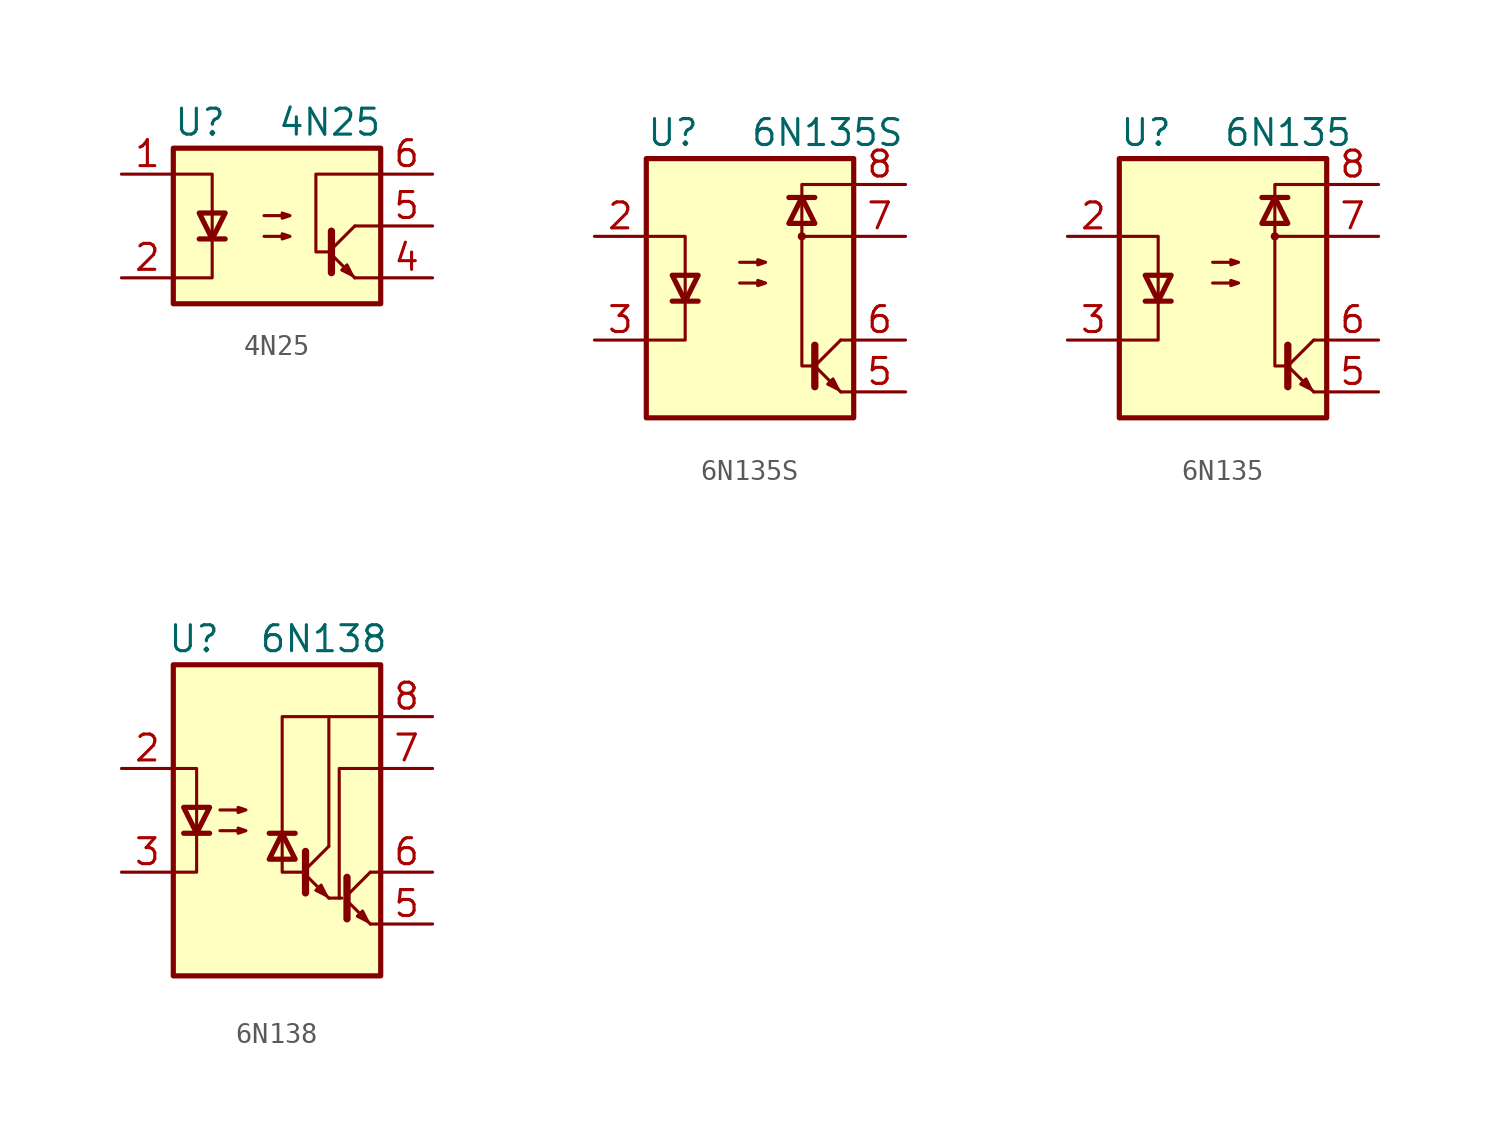
<source format=kicad_sym>
(kicad_symbol_lib
  (version 20201005)
  (generator kicad_symbol_editor)
  (symbol "Isolator_Optocoupler:4N25"
    (property "Reference" "U"
      (at -5.08 5.08 0)
      (effects (font (size 1.27 1.27)) (justify left)))
    (property "Value" "4N25"
      (at 0 5.08 0)
      (effects (font (size 1.27 1.27)) (justify left)))
    (symbol "4N25_0_1"
      (rectangle (start -5.08 3.81) (end 5.08 -3.81) (stroke (width 0.254)) (fill (type background)))
      (polyline (pts (xy -3.81 -0.635) (xy -2.54 -0.635)) (stroke (width 0.254)) (fill (type none)))
      (polyline (pts (xy 2.667 -1.397) (xy 3.81 -2.54)) (stroke (width 0)) (fill (type none)))
      (polyline (pts (xy 2.667 -1.143) (xy 3.81 0)) (stroke (width 0)) (fill (type none)))
      (polyline (pts (xy 3.81 -2.54) (xy 5.08 -2.54)) (stroke (width 0)) (fill (type none)))
      (polyline (pts (xy 3.81 0) (xy 5.08 0)) (stroke (width 0)) (fill (type none)))
      (polyline (pts (xy 2.667 -0.254) (xy 2.667 -2.286) (xy 2.667 -2.286)) (stroke (width 0.356)) (fill (type none)))
      (polyline (pts (xy -5.08 -2.54) (xy -3.175 -2.54) (xy -3.175 2.54) (xy -5.08 2.54)) (stroke (width 0)) (fill (type none)))
      (polyline (pts (xy -3.175 -0.635) (xy -3.81 0.635) (xy -2.54 0.635) (xy -3.175 -0.635)) (stroke (width 0.254)) (fill (type none)))
      (polyline (pts (xy 3.683 -2.413) (xy 3.429 -1.905) (xy 3.175 -2.159) (xy 3.683 -2.413)) (stroke (width 0)) (fill (type none)))
      (polyline (pts (xy 5.08 2.54) (xy 1.905 2.54) (xy 1.905 -1.27) (xy 2.54 -1.27)) (stroke (width 0)) (fill (type none)))
      (polyline (pts (xy -0.635 -0.508) (xy 0.635 -0.508) (xy 0.254 -0.635) (xy 0.254 -0.381) (xy 0.635 -0.508)) (stroke (width 0)) (fill (type none)))
      (polyline (pts (xy -0.635 0.508) (xy 0.635 0.508) (xy 0.254 0.381) (xy 0.254 0.635) (xy 0.635 0.508)) (stroke (width 0)) (fill (type none))))
    (symbol "4N25_1_1"
      (pin passive line (at -7.62 2.54 0) (length 2.54) (name "~" (effects (font (size 1.27 1.27)))) (number "1" (effects (font (size 1.27 1.27)))))
      (pin passive line (at -7.62 -2.54 0) (length 2.54) (name "~" (effects (font (size 1.27 1.27)))) (number "2" (effects (font (size 1.27 1.27)))))
      (pin no_connect line (at -5.08 0 0) (length 2.54) hide (name "NC" (effects (font (size 1.27 1.27)))) (number "3" (effects (font (size 1.27 1.27)))))
      (pin passive line (at 7.62 -2.54 180) (length 2.54) (name "~" (effects (font (size 1.27 1.27)))) (number "4" (effects (font (size 1.27 1.27)))))
      (pin passive line (at 7.62 0 180) (length 2.54) (name "~" (effects (font (size 1.27 1.27)))) (number "5" (effects (font (size 1.27 1.27)))))
      (pin passive line (at 7.62 2.54 180) (length 2.54) (name "~" (effects (font (size 1.27 1.27)))) (number "6" (effects (font (size 1.27 1.27)))))))
  (symbol "Isolator_Optocoupler:6N135S"
    (property "Reference" "U"
      (at -5.08 7.62 0)
      (effects (font (size 1.27 1.27)) (justify left)))
    (property "Value" "6N135S"
      (at 0 7.62 0)
      (effects (font (size 1.27 1.27)) (justify left)))
    (symbol "6N135S_0_1"
      (circle (center 2.54 2.54) (radius 0.127) (stroke (width 0)) (fill (type none)))
      (rectangle (start -5.08 6.35) (end 5.08 -6.35) (stroke (width 0.254)) (fill (type background)))
      (polyline (pts (xy -3.81 -0.635) (xy -2.54 -0.635)) (stroke (width 0.254)) (fill (type none)))
      (polyline (pts (xy 1.905 4.445) (xy 3.175 4.445)) (stroke (width 0.254)) (fill (type none)))
      (polyline (pts (xy 3.175 -2.794) (xy 3.175 -4.826)) (stroke (width 0.356)) (fill (type none)))
      (polyline (pts (xy 3.302 -3.937) (xy 4.445 -5.08)) (stroke (width 0)) (fill (type none)))
      (polyline (pts (xy 3.302 -3.683) (xy 4.445 -2.54)) (stroke (width 0)) (fill (type none)))
      (polyline (pts (xy 5.08 -5.08) (xy 4.445 -5.08)) (stroke (width 0)) (fill (type none)))
      (polyline (pts (xy 5.08 -2.54) (xy 4.445 -2.54)) (stroke (width 0)) (fill (type none)))
      (polyline (pts (xy 5.08 2.54) (xy 2.54 2.54)) (stroke (width 0)) (fill (type none)))
      (polyline (pts (xy -5.08 2.54) (xy -3.175 2.54) (xy -3.175 -2.54) (xy -5.08 -2.54)) (stroke (width 0)) (fill (type none)))
      (polyline (pts (xy -3.175 -0.635) (xy -3.81 0.635) (xy -2.54 0.635) (xy -3.175 -0.635)) (stroke (width 0.254)) (fill (type none)))
      (polyline (pts (xy 2.54 4.445) (xy 1.905 3.175) (xy 3.175 3.175) (xy 2.54 4.445)) (stroke (width 0.254)) (fill (type none)))
      (polyline (pts (xy 4.318 -4.953) (xy 4.064 -4.445) (xy 3.81 -4.699) (xy 4.318 -4.953)) (stroke (width 0)) (fill (type none)))
      (polyline (pts (xy 5.08 5.08) (xy 2.54 5.08) (xy 2.54 -3.81) (xy 3.175 -3.81)) (stroke (width 0)) (fill (type none)))
      (polyline (pts (xy -0.508 0.254) (xy 0.762 0.254) (xy 0.381 0.127) (xy 0.381 0.381) (xy 0.762 0.254)) (stroke (width 0)) (fill (type none)))
      (polyline (pts (xy -0.508 1.27) (xy 0.762 1.27) (xy 0.381 1.143) (xy 0.381 1.397) (xy 0.762 1.27)) (stroke (width 0)) (fill (type none))))
    (symbol "6N135S_1_1"
      (pin no_connect line (at -5.08 5.08 0) (length 2.54) hide (name "NC" (effects (font (size 1.27 1.27)))) (number "1" (effects (font (size 1.27 1.27)))))
      (pin passive line (at -7.62 2.54 0) (length 2.54) (name "~" (effects (font (size 1.27 1.27)))) (number "2" (effects (font (size 1.27 1.27)))))
      (pin passive line (at -7.62 -2.54 0) (length 2.54) (name "~" (effects (font (size 1.27 1.27)))) (number "3" (effects (font (size 1.27 1.27)))))
      (pin no_connect line (at -5.08 -5.08 0) (length 2.54) hide (name "NC" (effects (font (size 1.27 1.27)))) (number "4" (effects (font (size 1.27 1.27)))))
      (pin passive line (at 7.62 -5.08 180) (length 2.54) (name "~" (effects (font (size 1.27 1.27)))) (number "5" (effects (font (size 1.27 1.27)))))
      (pin passive line (at 7.62 -2.54 180) (length 2.54) (name "~" (effects (font (size 1.27 1.27)))) (number "6" (effects (font (size 1.27 1.27)))))
      (pin passive line (at 7.62 2.54 180) (length 2.54) (name "~" (effects (font (size 1.27 1.27)))) (number "7" (effects (font (size 1.27 1.27)))))
      (pin passive line (at 7.62 5.08 180) (length 2.54) (name "~" (effects (font (size 1.27 1.27)))) (number "8" (effects (font (size 1.27 1.27)))))))
  (symbol "Isolator_Optocoupler:6N135"
    (property "Reference" "U"
      (at -5.08 7.62 0)
      (effects (font (size 1.27 1.27)) (justify left)))
    (property "Value" "6N135"
      (at 0 7.62 0)
      (effects (font (size 1.27 1.27)) (justify left)))
    (symbol "6N135_0_1"
      (circle (center 2.54 2.54) (radius 0.127) (stroke (width 0)) (fill (type none)))
      (rectangle (start -5.08 6.35) (end 5.08 -6.35) (stroke (width 0.254)) (fill (type background)))
      (polyline (pts (xy -3.81 -0.635) (xy -2.54 -0.635)) (stroke (width 0.254)) (fill (type none)))
      (polyline (pts (xy 1.905 4.445) (xy 3.175 4.445)) (stroke (width 0.254)) (fill (type none)))
      (polyline (pts (xy 3.175 -2.794) (xy 3.175 -4.826)) (stroke (width 0.356)) (fill (type none)))
      (polyline (pts (xy 3.302 -3.937) (xy 4.445 -5.08)) (stroke (width 0)) (fill (type none)))
      (polyline (pts (xy 3.302 -3.683) (xy 4.445 -2.54)) (stroke (width 0)) (fill (type none)))
      (polyline (pts (xy 5.08 -5.08) (xy 4.445 -5.08)) (stroke (width 0)) (fill (type none)))
      (polyline (pts (xy 5.08 -2.54) (xy 4.445 -2.54)) (stroke (width 0)) (fill (type none)))
      (polyline (pts (xy 5.08 2.54) (xy 2.54 2.54)) (stroke (width 0)) (fill (type none)))
      (polyline (pts (xy -5.08 2.54) (xy -3.175 2.54) (xy -3.175 -2.54) (xy -5.08 -2.54)) (stroke (width 0)) (fill (type none)))
      (polyline (pts (xy -3.175 -0.635) (xy -3.81 0.635) (xy -2.54 0.635) (xy -3.175 -0.635)) (stroke (width 0.254)) (fill (type none)))
      (polyline (pts (xy 2.54 4.445) (xy 1.905 3.175) (xy 3.175 3.175) (xy 2.54 4.445)) (stroke (width 0.254)) (fill (type none)))
      (polyline (pts (xy 4.318 -4.953) (xy 4.064 -4.445) (xy 3.81 -4.699) (xy 4.318 -4.953)) (stroke (width 0)) (fill (type none)))
      (polyline (pts (xy 5.08 5.08) (xy 2.54 5.08) (xy 2.54 -3.81) (xy 3.175 -3.81)) (stroke (width 0)) (fill (type none)))
      (polyline (pts (xy -0.508 0.254) (xy 0.762 0.254) (xy 0.381 0.127) (xy 0.381 0.381) (xy 0.762 0.254)) (stroke (width 0)) (fill (type none)))
      (polyline (pts (xy -0.508 1.27) (xy 0.762 1.27) (xy 0.381 1.143) (xy 0.381 1.397) (xy 0.762 1.27)) (stroke (width 0)) (fill (type none))))
    (symbol "6N135_1_1"
      (pin no_connect line (at -5.08 5.08 0) (length 2.54) hide (name "NC" (effects (font (size 1.27 1.27)))) (number "1" (effects (font (size 1.27 1.27)))))
      (pin passive line (at -7.62 2.54 0) (length 2.54) (name "~" (effects (font (size 1.27 1.27)))) (number "2" (effects (font (size 1.27 1.27)))))
      (pin passive line (at -7.62 -2.54 0) (length 2.54) (name "~" (effects (font (size 1.27 1.27)))) (number "3" (effects (font (size 1.27 1.27)))))
      (pin no_connect line (at -5.08 -5.08 0) (length 2.54) hide (name "NC" (effects (font (size 1.27 1.27)))) (number "4" (effects (font (size 1.27 1.27)))))
      (pin passive line (at 7.62 -5.08 180) (length 2.54) (name "~" (effects (font (size 1.27 1.27)))) (number "5" (effects (font (size 1.27 1.27)))))
      (pin passive line (at 7.62 -2.54 180) (length 2.54) (name "~" (effects (font (size 1.27 1.27)))) (number "6" (effects (font (size 1.27 1.27)))))
      (pin passive line (at 7.62 2.54 180) (length 2.54) (name "~" (effects (font (size 1.27 1.27)))) (number "7" (effects (font (size 1.27 1.27)))))
      (pin passive line (at 7.62 5.08 180) (length 2.54) (name "~" (effects (font (size 1.27 1.27)))) (number "8" (effects (font (size 1.27 1.27)))))))
  (symbol "Isolator_Optocoupler:6N138"
    (pin_names hide)
    (property "Reference" "U"
      (at -4.064 8.89 0)
      (effects (font (size 1.27 1.27))))
    (property "Value" "6N138"
      (at 2.286 8.89 0)
      (effects (font (size 1.27 1.27))))
    (symbol "6N138_0_1"
      (rectangle (start -5.08 7.62) (end 5.08 -7.62) (stroke (width 0.254)) (fill (type background)))
      (polyline (pts (xy -4.572 -0.635) (xy -3.302 -0.635)) (stroke (width 0.254)) (fill (type none)))
      (polyline (pts (xy 0.889 -0.635) (xy -0.381 -0.635)) (stroke (width 0.254)) (fill (type none)))
      (polyline (pts (xy 1.397 -2.667) (xy 2.54 -3.81)) (stroke (width 0)) (fill (type none)))
      (polyline (pts (xy 1.397 -2.413) (xy 2.54 -1.27)) (stroke (width 0)) (fill (type none)))
      (polyline (pts (xy 2.54 -3.81) (xy 3.175 -3.81)) (stroke (width 0)) (fill (type none)))
      (polyline (pts (xy 3.429 -3.937) (xy 4.572 -5.08)) (stroke (width 0)) (fill (type none)))
      (polyline (pts (xy 3.429 -3.683) (xy 4.572 -2.54)) (stroke (width 0)) (fill (type none)))
      (polyline (pts (xy 4.572 -5.08) (xy 5.08 -5.08)) (stroke (width 0)) (fill (type none)))
      (polyline (pts (xy 4.572 -2.54) (xy 5.08 -2.54)) (stroke (width 0)) (fill (type none)))
      (polyline (pts (xy 1.397 -1.524) (xy 1.397 -3.556) (xy 1.397 -3.556)) (stroke (width 0.356)) (fill (type none)))
      (polyline (pts (xy 2.54 -1.27) (xy 2.54 5.08) (xy 5.08 5.08)) (stroke (width 0)) (fill (type none)))
      (polyline (pts (xy 3.429 -2.794) (xy 3.429 -4.826) (xy 3.429 -4.826)) (stroke (width 0.356)) (fill (type none)))
      (polyline (pts (xy 5.08 2.54) (xy 3.048 2.54) (xy 3.048 -3.81)) (stroke (width 0)) (fill (type none)))
      (polyline (pts (xy -5.08 -2.54) (xy -3.937 -2.54) (xy -3.937 2.54) (xy -5.08 2.54)) (stroke (width 0)) (fill (type none)))
      (polyline (pts (xy -3.937 -0.635) (xy -4.572 0.635) (xy -3.302 0.635) (xy -3.937 -0.635)) (stroke (width 0.254)) (fill (type none)))
      (polyline (pts (xy 0.254 -0.635) (xy 0.889 -1.905) (xy -0.381 -1.905) (xy 0.254 -0.635)) (stroke (width 0.254)) (fill (type none)))
      (polyline (pts (xy 1.27 -2.54) (xy 0.254 -2.54) (xy 0.254 5.08) (xy 2.54 5.08)) (stroke (width 0)) (fill (type none)))
      (polyline (pts (xy 2.413 -3.683) (xy 2.159 -3.175) (xy 1.905 -3.429) (xy 2.413 -3.683)) (stroke (width 0)) (fill (type none)))
      (polyline (pts (xy 4.445 -4.953) (xy 4.191 -4.445) (xy 3.937 -4.699) (xy 4.445 -4.953)) (stroke (width 0)) (fill (type none)))
      (polyline (pts (xy -2.794 -0.508) (xy -1.524 -0.508) (xy -1.905 -0.635) (xy -1.905 -0.381) (xy -1.524 -0.508)) (stroke (width 0)) (fill (type none)))
      (polyline (pts (xy -2.794 0.508) (xy -1.524 0.508) (xy -1.905 0.381) (xy -1.905 0.635) (xy -1.524 0.508)) (stroke (width 0)) (fill (type none))))
    (symbol "6N138_1_1"
      (pin no_connect line (at -5.08 5.08 0) (length 2.54) hide (name "NC" (effects (font (size 1.27 1.27)))) (number "1" (effects (font (size 1.27 1.27)))))
      (pin passive line (at -7.62 2.54 0) (length 2.54) (name "C1" (effects (font (size 1.27 1.27)))) (number "2" (effects (font (size 1.27 1.27)))))
      (pin passive line (at -7.62 -2.54 0) (length 2.54) (name "C2" (effects (font (size 1.27 1.27)))) (number "3" (effects (font (size 1.27 1.27)))))
      (pin no_connect line (at -5.08 -5.08 0) (length 2.54) hide (name "NC" (effects (font (size 1.27 1.27)))) (number "4" (effects (font (size 1.27 1.27)))))
      (pin passive line (at 7.62 -5.08 180) (length 2.54) (name "GND" (effects (font (size 1.27 1.27)))) (number "5" (effects (font (size 1.27 1.27)))))
      (pin passive line (at 7.62 -2.54 180) (length 2.54) (name "VO2" (effects (font (size 1.27 1.27)))) (number "6" (effects (font (size 1.27 1.27)))))
      (pin passive line (at 7.62 2.54 180) (length 2.54) (name "VO1" (effects (font (size 1.27 1.27)))) (number "7" (effects (font (size 1.27 1.27)))))
      (pin passive line (at 7.62 5.08 180) (length 2.54) (name "VCC" (effects (font (size 1.27 1.27)))) (number "8" (effects (font (size 1.27 1.27))))))))
</source>
